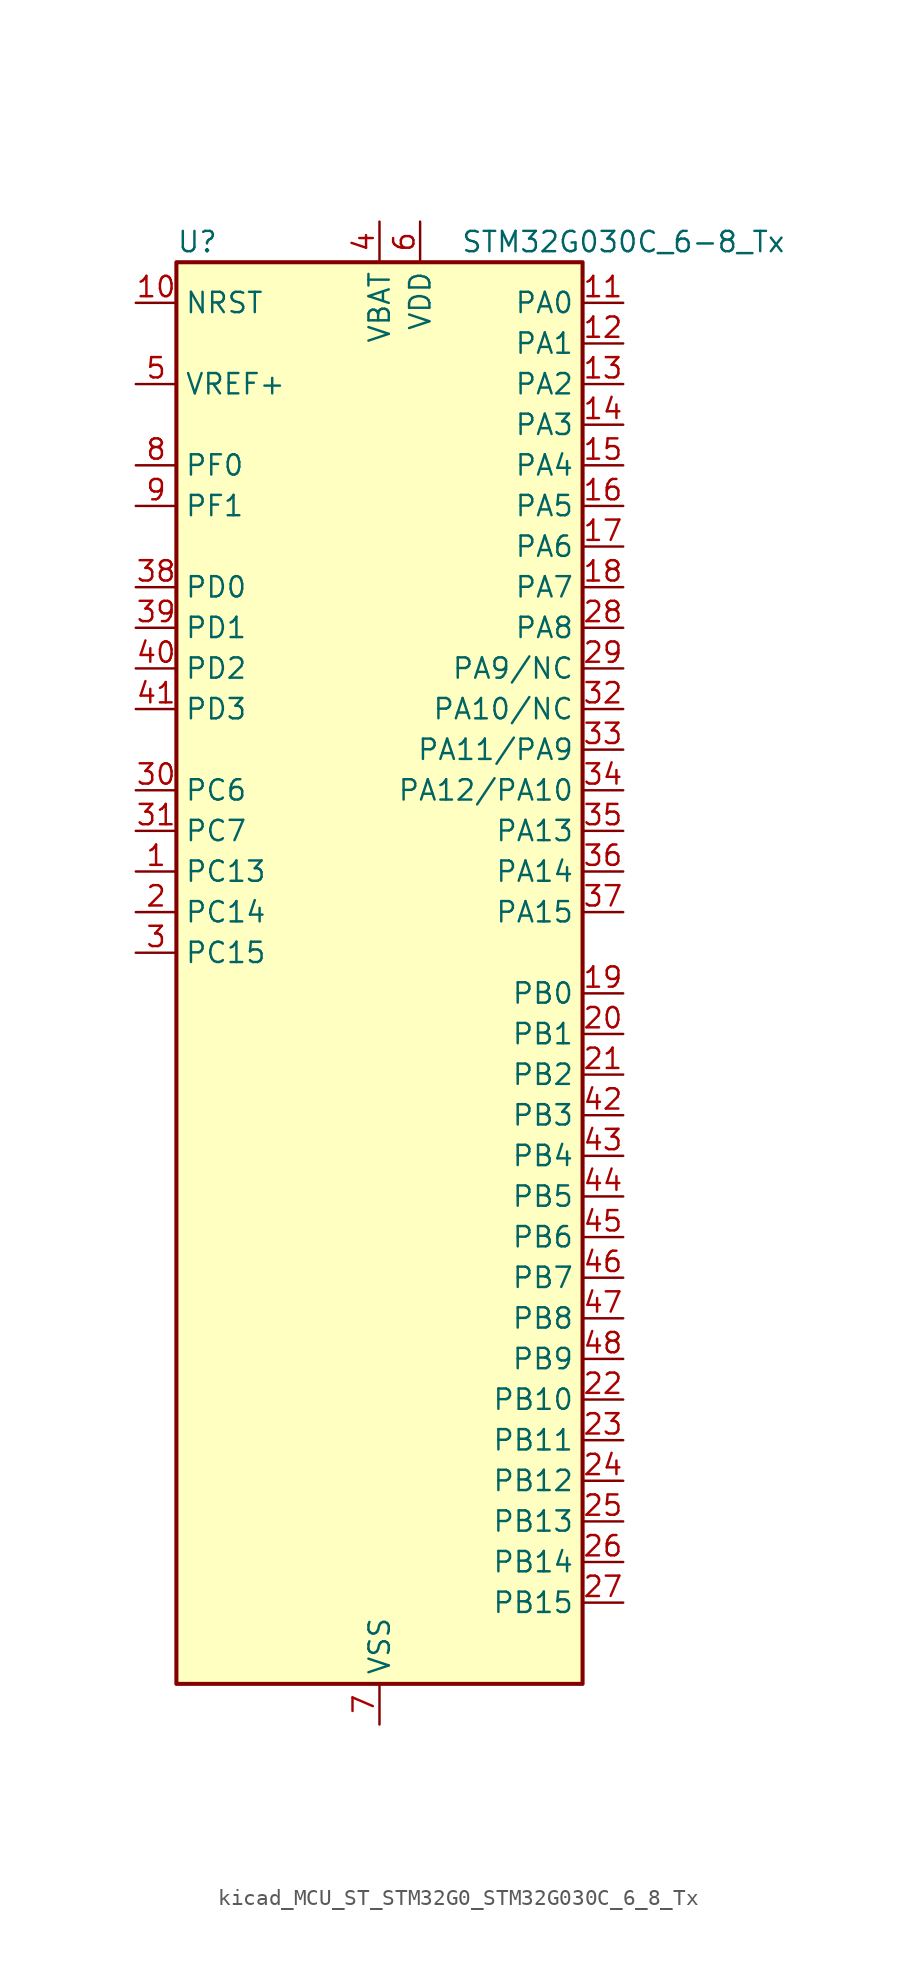
<source format=kicad_sym>
(kicad_symbol_lib
  (version 20220914)
  (generator kicad_symbol_editor)
  (symbol "kicad_MCU_ST_STM32G0_STM32G030C_6_8_Tx"
    (property "Reference" "U"
      (at -12.7 46.99 0)
      (effects (font (size 1.27 1.27)) (justify left)))
    (property "Value" "STM32G030C_6-8_Tx"
      (at 5.08 46.99 0)
      (effects (font (size 1.27 1.27)) (justify left)))
    (property "ki_locked" ""
      (at 0 0 0)
      (effects (font (size 1.27 1.27))))
    (symbol "kicad_MCU_ST_STM32G0_STM32G030C_6_8_Tx_0_1"
      (rectangle (start -12.7 -43.18) (end 12.7 45.72) (stroke (width 0.254) (type default)) (fill (type background))))
    (symbol "kicad_MCU_ST_STM32G0_STM32G030C_6_8_Tx_1_1"
      (pin bidirectional line (at -15.24 7.62 0) (length 2.54) (name "PC13" (effects (font (size 1.27 1.27)))) (number "1" (effects (font (size 1.27 1.27)))) (alternate "RTC_OUT_ALARM" bidirectional line) (alternate "RTC_OUT_CALIB" bidirectional line) (alternate "RTC_TAMP_IN1" bidirectional line) (alternate "RTC_TS" bidirectional line) (alternate "SYS_WKUP2" bidirectional line) (alternate "TIM1_BK" bidirectional line))
      (pin input line (at -15.24 43.18 0) (length 2.54) (name "NRST" (effects (font (size 1.27 1.27)))) (number "10" (effects (font (size 1.27 1.27)))))
      (pin bidirectional line (at 15.24 43.18 180) (length 2.54) (name "PA0" (effects (font (size 1.27 1.27)))) (number "11" (effects (font (size 1.27 1.27)))) (alternate "ADC1_IN0" bidirectional line) (alternate "RTC_TAMP_IN2" bidirectional line) (alternate "SPI2_SCK" bidirectional line) (alternate "SYS_WKUP1" bidirectional line) (alternate "USART2_CTS" bidirectional line) (alternate "USART2_NSS" bidirectional line))
      (pin bidirectional line (at 15.24 40.64 180) (length 2.54) (name "PA1" (effects (font (size 1.27 1.27)))) (number "12" (effects (font (size 1.27 1.27)))) (alternate "ADC1_IN1" bidirectional line) (alternate "I2C1_SMBA" bidirectional line) (alternate "I2S1_CK" bidirectional line) (alternate "SPI1_SCK" bidirectional line) (alternate "USART2_CK" bidirectional line) (alternate "USART2_DE" bidirectional line) (alternate "USART2_RTS" bidirectional line))
      (pin bidirectional line (at 15.24 38.1 180) (length 2.54) (name "PA2" (effects (font (size 1.27 1.27)))) (number "13" (effects (font (size 1.27 1.27)))) (alternate "ADC1_IN2" bidirectional line) (alternate "I2S1_SD" bidirectional line) (alternate "RCC_LSCO" bidirectional line) (alternate "SPI1_MOSI" bidirectional line) (alternate "SYS_WKUP4" bidirectional line) (alternate "USART2_TX" bidirectional line))
      (pin bidirectional line (at 15.24 35.56 180) (length 2.54) (name "PA3" (effects (font (size 1.27 1.27)))) (number "14" (effects (font (size 1.27 1.27)))) (alternate "ADC1_IN3" bidirectional line) (alternate "SPI2_MISO" bidirectional line) (alternate "USART2_RX" bidirectional line))
      (pin bidirectional line (at 15.24 33.02 180) (length 2.54) (name "PA4" (effects (font (size 1.27 1.27)))) (number "15" (effects (font (size 1.27 1.27)))) (alternate "ADC1_IN4" bidirectional line) (alternate "I2S1_WS" bidirectional line) (alternate "RTC_OUT_ALARM" bidirectional line) (alternate "RTC_OUT_CALIB" bidirectional line) (alternate "SPI1_NSS" bidirectional line) (alternate "SPI2_MOSI" bidirectional line) (alternate "TIM14_CH1" bidirectional line))
      (pin bidirectional line (at 15.24 30.48 180) (length 2.54) (name "PA5" (effects (font (size 1.27 1.27)))) (number "16" (effects (font (size 1.27 1.27)))) (alternate "ADC1_IN5" bidirectional line) (alternate "I2S1_CK" bidirectional line) (alternate "SPI1_SCK" bidirectional line))
      (pin bidirectional line (at 15.24 27.94 180) (length 2.54) (name "PA6" (effects (font (size 1.27 1.27)))) (number "17" (effects (font (size 1.27 1.27)))) (alternate "ADC1_IN6" bidirectional line) (alternate "I2S1_MCK" bidirectional line) (alternate "SPI1_MISO" bidirectional line) (alternate "TIM16_CH1" bidirectional line) (alternate "TIM1_BK" bidirectional line) (alternate "TIM3_CH1" bidirectional line))
      (pin bidirectional line (at 15.24 25.4 180) (length 2.54) (name "PA7" (effects (font (size 1.27 1.27)))) (number "18" (effects (font (size 1.27 1.27)))) (alternate "ADC1_IN7" bidirectional line) (alternate "I2S1_SD" bidirectional line) (alternate "SPI1_MOSI" bidirectional line) (alternate "TIM14_CH1" bidirectional line) (alternate "TIM17_CH1" bidirectional line) (alternate "TIM1_CH1N" bidirectional line) (alternate "TIM3_CH2" bidirectional line))
      (pin bidirectional line (at 15.24 0 180) (length 2.54) (name "PB0" (effects (font (size 1.27 1.27)))) (number "19" (effects (font (size 1.27 1.27)))) (alternate "ADC1_IN8" bidirectional line) (alternate "I2S1_WS" bidirectional line) (alternate "SPI1_NSS" bidirectional line) (alternate "TIM1_CH2N" bidirectional line) (alternate "TIM3_CH3" bidirectional line))
      (pin bidirectional line (at -15.24 5.08 0) (length 2.54) (name "PC14" (effects (font (size 1.27 1.27)))) (number "2" (effects (font (size 1.27 1.27)))) (alternate "RCC_OSC32_IN" bidirectional line) (alternate "TIM1_BK2" bidirectional line))
      (pin bidirectional line (at 15.24 -2.54 180) (length 2.54) (name "PB1" (effects (font (size 1.27 1.27)))) (number "20" (effects (font (size 1.27 1.27)))) (alternate "ADC1_IN9" bidirectional line) (alternate "TIM14_CH1" bidirectional line) (alternate "TIM1_CH3N" bidirectional line) (alternate "TIM3_CH4" bidirectional line))
      (pin bidirectional line (at 15.24 -5.08 180) (length 2.54) (name "PB2" (effects (font (size 1.27 1.27)))) (number "21" (effects (font (size 1.27 1.27)))) (alternate "ADC1_IN10" bidirectional line) (alternate "SPI2_MISO" bidirectional line))
      (pin bidirectional line (at 15.24 -25.4 180) (length 2.54) (name "PB10" (effects (font (size 1.27 1.27)))) (number "22" (effects (font (size 1.27 1.27)))) (alternate "ADC1_IN11" bidirectional line) (alternate "I2C2_SCL" bidirectional line) (alternate "SPI2_SCK" bidirectional line))
      (pin bidirectional line (at 15.24 -27.94 180) (length 2.54) (name "PB11" (effects (font (size 1.27 1.27)))) (number "23" (effects (font (size 1.27 1.27)))) (alternate "ADC1_EXTI11" bidirectional line) (alternate "ADC1_IN15" bidirectional line) (alternate "I2C2_SDA" bidirectional line) (alternate "SPI2_MOSI" bidirectional line))
      (pin bidirectional line (at 15.24 -30.48 180) (length 2.54) (name "PB12" (effects (font (size 1.27 1.27)))) (number "24" (effects (font (size 1.27 1.27)))) (alternate "ADC1_IN16" bidirectional line) (alternate "SPI2_NSS" bidirectional line) (alternate "TIM1_BK" bidirectional line))
      (pin bidirectional line (at 15.24 -33.02 180) (length 2.54) (name "PB13" (effects (font (size 1.27 1.27)))) (number "25" (effects (font (size 1.27 1.27)))) (alternate "I2C2_SCL" bidirectional line) (alternate "SPI2_SCK" bidirectional line) (alternate "TIM1_CH1N" bidirectional line))
      (pin bidirectional line (at 15.24 -35.56 180) (length 2.54) (name "PB14" (effects (font (size 1.27 1.27)))) (number "26" (effects (font (size 1.27 1.27)))) (alternate "I2C2_SDA" bidirectional line) (alternate "SPI2_MISO" bidirectional line) (alternate "TIM1_CH2N" bidirectional line))
      (pin bidirectional line (at 15.24 -38.1 180) (length 2.54) (name "PB15" (effects (font (size 1.27 1.27)))) (number "27" (effects (font (size 1.27 1.27)))) (alternate "RTC_REFIN" bidirectional line) (alternate "SPI2_MOSI" bidirectional line) (alternate "TIM1_CH3N" bidirectional line))
      (pin bidirectional line (at 15.24 22.86 180) (length 2.54) (name "PA8" (effects (font (size 1.27 1.27)))) (number "28" (effects (font (size 1.27 1.27)))) (alternate "RCC_MCO" bidirectional line) (alternate "SPI2_NSS" bidirectional line) (alternate "TIM1_CH1" bidirectional line))
      (pin bidirectional line (at 15.24 20.32 180) (length 2.54) (name "PA9/NC" (effects (font (size 1.27 1.27)))) (number "29" (effects (font (size 1.27 1.27)))) (alternate "I2C1_SCL" bidirectional line) (alternate "RCC_MCO" bidirectional line) (alternate "SPI2_MISO" bidirectional line) (alternate "TIM1_CH2" bidirectional line) (alternate "USART1_TX" bidirectional line))
      (pin bidirectional line (at -15.24 2.54 0) (length 2.54) (name "PC15" (effects (font (size 1.27 1.27)))) (number "3" (effects (font (size 1.27 1.27)))) (alternate "RCC_OSC32_EN" bidirectional line) (alternate "RCC_OSC32_OUT" bidirectional line) (alternate "RCC_OSC_EN" bidirectional line))
      (pin bidirectional line (at -15.24 12.7 0) (length 2.54) (name "PC6" (effects (font (size 1.27 1.27)))) (number "30" (effects (font (size 1.27 1.27)))) (alternate "TIM3_CH1" bidirectional line))
      (pin bidirectional line (at -15.24 10.16 0) (length 2.54) (name "PC7" (effects (font (size 1.27 1.27)))) (number "31" (effects (font (size 1.27 1.27)))) (alternate "TIM3_CH2" bidirectional line))
      (pin bidirectional line (at 15.24 17.78 180) (length 2.54) (name "PA10/NC" (effects (font (size 1.27 1.27)))) (number "32" (effects (font (size 1.27 1.27)))) (alternate "I2C1_SDA" bidirectional line) (alternate "SPI2_MOSI" bidirectional line) (alternate "TIM17_BK" bidirectional line) (alternate "TIM1_CH3" bidirectional line) (alternate "USART1_RX" bidirectional line))
      (pin bidirectional line (at 15.24 15.24 180) (length 2.54) (name "PA11/PA9" (effects (font (size 1.27 1.27)))) (number "33" (effects (font (size 1.27 1.27)))) (alternate "ADC1_EXTI11" bidirectional line) (alternate "I2C2_SCL" bidirectional line) (alternate "I2S1_MCK" bidirectional line) (alternate "SPI1_MISO" bidirectional line) (alternate "TIM1_BK2" bidirectional line) (alternate "TIM1_CH4" bidirectional line) (alternate "USART1_CTS" bidirectional line) (alternate "USART1_NSS" bidirectional line))
      (pin bidirectional line (at 15.24 12.7 180) (length 2.54) (name "PA12/PA10" (effects (font (size 1.27 1.27)))) (number "34" (effects (font (size 1.27 1.27)))) (alternate "I2C2_SDA" bidirectional line) (alternate "I2S1_SD" bidirectional line) (alternate "I2S_CKIN" bidirectional line) (alternate "SPI1_MOSI" bidirectional line) (alternate "TIM1_ETR" bidirectional line) (alternate "USART1_CK" bidirectional line) (alternate "USART1_DE" bidirectional line) (alternate "USART1_RTS" bidirectional line))
      (pin bidirectional line (at 15.24 10.16 180) (length 2.54) (name "PA13" (effects (font (size 1.27 1.27)))) (number "35" (effects (font (size 1.27 1.27)))) (alternate "ADC1_IN17" bidirectional line) (alternate "IR_OUT" bidirectional line) (alternate "SYS_SWDIO" bidirectional line))
      (pin bidirectional line (at 15.24 7.62 180) (length 2.54) (name "PA14" (effects (font (size 1.27 1.27)))) (number "36" (effects (font (size 1.27 1.27)))) (alternate "ADC1_IN18" bidirectional line) (alternate "SYS_SWCLK" bidirectional line) (alternate "USART2_TX" bidirectional line))
      (pin bidirectional line (at 15.24 5.08 180) (length 2.54) (name "PA15" (effects (font (size 1.27 1.27)))) (number "37" (effects (font (size 1.27 1.27)))) (alternate "I2S1_WS" bidirectional line) (alternate "SPI1_NSS" bidirectional line) (alternate "USART2_RX" bidirectional line))
      (pin bidirectional line (at -15.24 25.4 0) (length 2.54) (name "PD0" (effects (font (size 1.27 1.27)))) (number "38" (effects (font (size 1.27 1.27)))) (alternate "SPI2_NSS" bidirectional line) (alternate "TIM16_CH1" bidirectional line))
      (pin bidirectional line (at -15.24 22.86 0) (length 2.54) (name "PD1" (effects (font (size 1.27 1.27)))) (number "39" (effects (font (size 1.27 1.27)))) (alternate "SPI2_SCK" bidirectional line) (alternate "TIM17_CH1" bidirectional line))
      (pin power_in line (at 0 48.26 270) (length 2.54) (name "VBAT" (effects (font (size 1.27 1.27)))) (number "4" (effects (font (size 1.27 1.27)))))
      (pin bidirectional line (at -15.24 20.32 0) (length 2.54) (name "PD2" (effects (font (size 1.27 1.27)))) (number "40" (effects (font (size 1.27 1.27)))) (alternate "TIM1_CH1N" bidirectional line) (alternate "TIM3_ETR" bidirectional line))
      (pin bidirectional line (at -15.24 17.78 0) (length 2.54) (name "PD3" (effects (font (size 1.27 1.27)))) (number "41" (effects (font (size 1.27 1.27)))) (alternate "SPI2_MISO" bidirectional line) (alternate "TIM1_CH2N" bidirectional line) (alternate "USART2_CTS" bidirectional line) (alternate "USART2_NSS" bidirectional line))
      (pin bidirectional line (at 15.24 -7.62 180) (length 2.54) (name "PB3" (effects (font (size 1.27 1.27)))) (number "42" (effects (font (size 1.27 1.27)))) (alternate "I2S1_CK" bidirectional line) (alternate "SPI1_SCK" bidirectional line) (alternate "TIM1_CH2" bidirectional line) (alternate "USART1_CK" bidirectional line) (alternate "USART1_DE" bidirectional line) (alternate "USART1_RTS" bidirectional line))
      (pin bidirectional line (at 15.24 -10.16 180) (length 2.54) (name "PB4" (effects (font (size 1.27 1.27)))) (number "43" (effects (font (size 1.27 1.27)))) (alternate "I2S1_MCK" bidirectional line) (alternate "SPI1_MISO" bidirectional line) (alternate "TIM17_BK" bidirectional line) (alternate "TIM3_CH1" bidirectional line) (alternate "USART1_CTS" bidirectional line) (alternate "USART1_NSS" bidirectional line))
      (pin bidirectional line (at 15.24 -12.7 180) (length 2.54) (name "PB5" (effects (font (size 1.27 1.27)))) (number "44" (effects (font (size 1.27 1.27)))) (alternate "I2C1_SMBA" bidirectional line) (alternate "I2S1_SD" bidirectional line) (alternate "SPI1_MOSI" bidirectional line) (alternate "SYS_WKUP6" bidirectional line) (alternate "TIM16_BK" bidirectional line) (alternate "TIM3_CH2" bidirectional line))
      (pin bidirectional line (at 15.24 -15.24 180) (length 2.54) (name "PB6" (effects (font (size 1.27 1.27)))) (number "45" (effects (font (size 1.27 1.27)))) (alternate "I2C1_SCL" bidirectional line) (alternate "SPI2_MISO" bidirectional line) (alternate "TIM16_CH1N" bidirectional line) (alternate "TIM1_CH3" bidirectional line) (alternate "USART1_TX" bidirectional line))
      (pin bidirectional line (at 15.24 -17.78 180) (length 2.54) (name "PB7" (effects (font (size 1.27 1.27)))) (number "46" (effects (font (size 1.27 1.27)))) (alternate "I2C1_SDA" bidirectional line) (alternate "SPI2_MOSI" bidirectional line) (alternate "SYS_PVD_IN" bidirectional line) (alternate "TIM17_CH1N" bidirectional line) (alternate "USART1_RX" bidirectional line))
      (pin bidirectional line (at 15.24 -20.32 180) (length 2.54) (name "PB8" (effects (font (size 1.27 1.27)))) (number "47" (effects (font (size 1.27 1.27)))) (alternate "I2C1_SCL" bidirectional line) (alternate "SPI2_SCK" bidirectional line) (alternate "TIM16_CH1" bidirectional line))
      (pin bidirectional line (at 15.24 -22.86 180) (length 2.54) (name "PB9" (effects (font (size 1.27 1.27)))) (number "48" (effects (font (size 1.27 1.27)))) (alternate "I2C1_SDA" bidirectional line) (alternate "IR_OUT" bidirectional line) (alternate "SPI2_NSS" bidirectional line) (alternate "TIM17_CH1" bidirectional line))
      (pin input line (at -15.24 38.1 0) (length 2.54) (name "VREF+" (effects (font (size 1.27 1.27)))) (number "5" (effects (font (size 1.27 1.27)))) (alternate "VREFBUF_OUT" bidirectional line))
      (pin power_in line (at 2.54 48.26 270) (length 2.54) (name "VDD" (effects (font (size 1.27 1.27)))) (number "6" (effects (font (size 1.27 1.27)))))
      (pin power_in line (at 0 -45.72 90) (length 2.54) (name "VSS" (effects (font (size 1.27 1.27)))) (number "7" (effects (font (size 1.27 1.27)))))
      (pin bidirectional line (at -15.24 33.02 0) (length 2.54) (name "PF0" (effects (font (size 1.27 1.27)))) (number "8" (effects (font (size 1.27 1.27)))) (alternate "RCC_OSC_IN" bidirectional line) (alternate "TIM14_CH1" bidirectional line))
      (pin bidirectional line (at -15.24 30.48 0) (length 2.54) (name "PF1" (effects (font (size 1.27 1.27)))) (number "9" (effects (font (size 1.27 1.27)))) (alternate "RCC_OSC_EN" bidirectional line) (alternate "RCC_OSC_OUT" bidirectional line)))))
</source>
